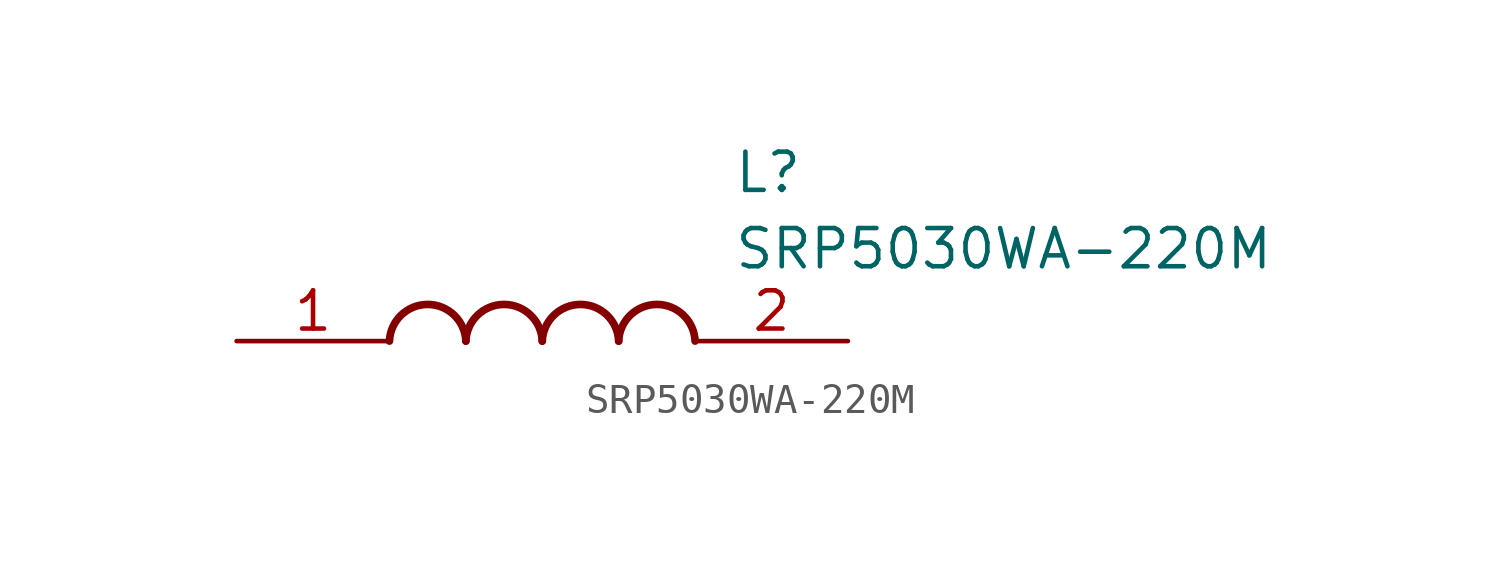
<source format=kicad_sym>
(kicad_symbol_lib
  (version 20211014)
  (generator SamacSys_ECAD_Model)
  (symbol "SRP5030WA-220M"
    (pin_names hide)
    (property "Reference" "L"
      (at 16.51 6.35 0)
      (effects (font (size 1.27 1.27)) (justify left top)))
    (property "Value" "SRP5030WA-220M"
      (at 16.51 3.81 0)
      (effects (font (size 1.27 1.27)) (justify left top)))
    (arc
      (start 7.62 0)
      (mid 6.35 1.219)
      (end 5.08 0)
      (stroke (width 0.254) (type default))
      (fill (type none)))
    (arc
      (start 10.16 0)
      (mid 8.89 1.219)
      (end 7.62 0)
      (stroke (width 0.254) (type default))
      (fill (type none)))
    (arc
      (start 12.7 0)
      (mid 11.43 1.219)
      (end 10.16 0)
      (stroke (width 0.254) (type default))
      (fill (type none)))
    (arc
      (start 15.24 0)
      (mid 13.97 1.219)
      (end 12.7 0)
      (stroke (width 0.254) (type default))
      (fill (type none)))
    (pin passive line
      (at 0 0 0)
      (length 5.08)
      (name "1" (effects (font (size 1.27 1.27))))
      (number "1" (effects (font (size 1.27 1.27)))))
    (pin passive line
      (at 20.32 0 180)
      (length 5.08)
      (name "2" (effects (font (size 1.27 1.27))))
      (number "2" (effects (font (size 1.27 1.27)))))))
</source>
